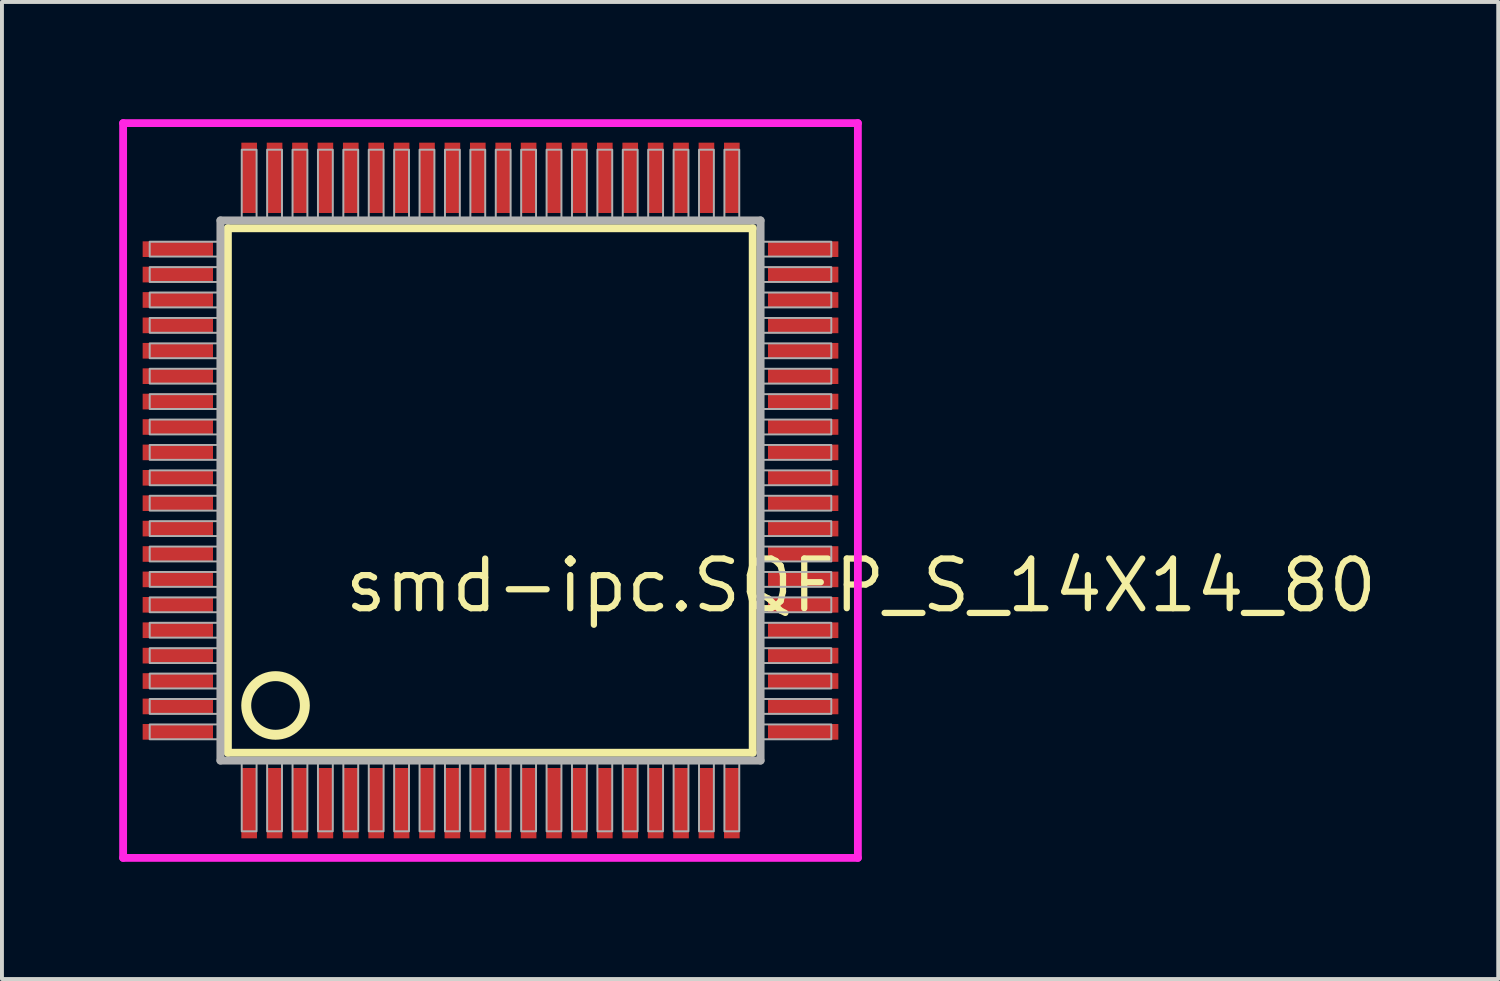
<source format=kicad_pcb>
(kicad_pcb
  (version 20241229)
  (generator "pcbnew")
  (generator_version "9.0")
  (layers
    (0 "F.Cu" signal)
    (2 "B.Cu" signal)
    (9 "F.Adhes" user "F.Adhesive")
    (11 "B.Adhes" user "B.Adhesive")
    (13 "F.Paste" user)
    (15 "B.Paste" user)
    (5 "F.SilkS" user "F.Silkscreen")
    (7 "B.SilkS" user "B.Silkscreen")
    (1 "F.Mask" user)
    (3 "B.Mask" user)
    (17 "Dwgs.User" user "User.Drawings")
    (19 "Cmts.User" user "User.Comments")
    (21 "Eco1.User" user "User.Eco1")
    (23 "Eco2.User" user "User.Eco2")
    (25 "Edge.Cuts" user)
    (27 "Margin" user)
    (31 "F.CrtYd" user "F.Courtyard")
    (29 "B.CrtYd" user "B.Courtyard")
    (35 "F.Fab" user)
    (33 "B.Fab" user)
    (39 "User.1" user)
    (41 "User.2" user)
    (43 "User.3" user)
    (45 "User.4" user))
  (footprint "smd-ipc.SQFP_S_14X14_80"
    (layer "F.Cu")
    (at 9.5 9.5)
    (property "Reference" "smd-ipc.SQFP_S_14X14_80" (at -3.81 3.175 0) (layer "F.SilkS") (effects (font (size 1.27 1.27) (thickness 0.16)) (justify left bottom)))
    (attr smd)
    (fp_line (start -6.72 -6.71) (end 6.71 -6.71) (stroke (width 0.203) (type default)) (layer "F.SilkS"))
    (fp_line (start -6.72 6.71) (end -6.72 -6.71) (stroke (width 0.203) (type default)) (layer "F.SilkS"))
    (fp_line (start 6.71 -6.71) (end 6.71 6.71) (stroke (width 0.203) (type default)) (layer "F.SilkS"))
    (fp_line (start 6.71 6.71) (end -6.72 6.71) (stroke (width 0.203) (type default)) (layer "F.SilkS"))
    (fp_circle (center -5.5 5.5) (end -4.75 5.5) (stroke (width 0.254) (type default)) (fill no) (layer "F.SilkS"))
    (fp_line (start -9.4 -9.4) (end 9.4 -9.4) (stroke (width 0.2) (type default)) (layer "F.CrtYd"))
    (fp_line (start -9.4 9.4) (end -9.4 -9.4) (stroke (width 0.2) (type default)) (layer "F.CrtYd"))
    (fp_line (start 9.4 -9.4) (end 9.4 9.4) (stroke (width 0.2) (type default)) (layer "F.CrtYd"))
    (fp_line (start 9.4 9.4) (end -9.4 9.4) (stroke (width 0.2) (type default)) (layer "F.CrtYd"))
    (fp_line (start -6.91 -6.91) (end -6.91 6.91) (stroke (width 0.203) (type default)) (layer "F.Fab"))
    (fp_line (start -6.91 6.91) (end 6.91 6.91) (stroke (width 0.203) (type default)) (layer "F.Fab"))
    (fp_line (start 6.91 -6.91) (end -6.91 -6.91) (stroke (width 0.203) (type default)) (layer "F.Fab"))
    (fp_line (start 6.91 6.91) (end 6.91 -6.91) (stroke (width 0.203) (type default)) (layer "F.Fab"))
    (fp_rect (start -8.72 -5.985) (end -6.95 -6.365) (stroke (width 0.05) (type default)) (fill no) (layer "F.Fab"))
    (fp_rect (start -8.72 -5.335) (end -6.95 -5.715) (stroke (width 0.05) (type default)) (fill no) (layer "F.Fab"))
    (fp_rect (start -8.72 -4.685) (end -6.95 -5.065) (stroke (width 0.05) (type default)) (fill no) (layer "F.Fab"))
    (fp_rect (start -8.72 -4.035) (end -6.95 -4.415) (stroke (width 0.05) (type default)) (fill no) (layer "F.Fab"))
    (fp_rect (start -8.72 -3.385) (end -6.95 -3.765) (stroke (width 0.05) (type default)) (fill no) (layer "F.Fab"))
    (fp_rect (start -8.72 -2.735) (end -6.95 -3.115) (stroke (width 0.05) (type default)) (fill no) (layer "F.Fab"))
    (fp_rect (start -8.72 -2.085) (end -6.95 -2.465) (stroke (width 0.05) (type default)) (fill no) (layer "F.Fab"))
    (fp_rect (start -8.72 -1.435) (end -6.95 -1.815) (stroke (width 0.05) (type default)) (fill no) (layer "F.Fab"))
    (fp_rect (start -8.72 -0.785) (end -6.95 -1.165) (stroke (width 0.05) (type default)) (fill no) (layer "F.Fab"))
    (fp_rect (start -8.72 -0.135) (end -6.95 -0.515) (stroke (width 0.05) (type default)) (fill no) (layer "F.Fab"))
    (fp_rect (start -8.72 0.515) (end -6.95 0.135) (stroke (width 0.05) (type default)) (fill no) (layer "F.Fab"))
    (fp_rect (start -8.72 1.165) (end -6.95 0.785) (stroke (width 0.05) (type default)) (fill no) (layer "F.Fab"))
    (fp_rect (start -8.72 1.815) (end -6.95 1.435) (stroke (width 0.05) (type default)) (fill no) (layer "F.Fab"))
    (fp_rect (start -8.72 2.465) (end -6.95 2.085) (stroke (width 0.05) (type default)) (fill no) (layer "F.Fab"))
    (fp_rect (start -8.72 3.115) (end -6.95 2.735) (stroke (width 0.05) (type default)) (fill no) (layer "F.Fab"))
    (fp_rect (start -8.72 3.765) (end -6.95 3.385) (stroke (width 0.05) (type default)) (fill no) (layer "F.Fab"))
    (fp_rect (start -8.72 4.415) (end -6.95 4.035) (stroke (width 0.05) (type default)) (fill no) (layer "F.Fab"))
    (fp_rect (start -8.72 5.065) (end -6.95 4.685) (stroke (width 0.05) (type default)) (fill no) (layer "F.Fab"))
    (fp_rect (start -8.72 5.715) (end -6.95 5.335) (stroke (width 0.05) (type default)) (fill no) (layer "F.Fab"))
    (fp_rect (start -8.72 6.365) (end -6.95 5.985) (stroke (width 0.05) (type default)) (fill no) (layer "F.Fab"))
    (fp_rect (start -6.365 -6.95) (end -5.985 -8.72) (stroke (width 0.05) (type default)) (fill no) (layer "F.Fab"))
    (fp_rect (start -6.365 8.72) (end -5.985 6.95) (stroke (width 0.05) (type default)) (fill no) (layer "F.Fab"))
    (fp_rect (start -5.715 -6.95) (end -5.335 -8.72) (stroke (width 0.05) (type default)) (fill no) (layer "F.Fab"))
    (fp_rect (start -5.715 8.72) (end -5.335 6.95) (stroke (width 0.05) (type default)) (fill no) (layer "F.Fab"))
    (fp_rect (start -5.065 -6.95) (end -4.685 -8.72) (stroke (width 0.05) (type default)) (fill no) (layer "F.Fab"))
    (fp_rect (start -5.065 8.72) (end -4.685 6.95) (stroke (width 0.05) (type default)) (fill no) (layer "F.Fab"))
    (fp_rect (start -4.415 -6.95) (end -4.035 -8.72) (stroke (width 0.05) (type default)) (fill no) (layer "F.Fab"))
    (fp_rect (start -4.415 8.72) (end -4.035 6.95) (stroke (width 0.05) (type default)) (fill no) (layer "F.Fab"))
    (fp_rect (start -3.765 -6.95) (end -3.385 -8.72) (stroke (width 0.05) (type default)) (fill no) (layer "F.Fab"))
    (fp_rect (start -3.765 8.72) (end -3.385 6.95) (stroke (width 0.05) (type default)) (fill no) (layer "F.Fab"))
    (fp_rect (start -3.115 -6.95) (end -2.735 -8.72) (stroke (width 0.05) (type default)) (fill no) (layer "F.Fab"))
    (fp_rect (start -3.115 8.72) (end -2.735 6.95) (stroke (width 0.05) (type default)) (fill no) (layer "F.Fab"))
    (fp_rect (start -2.465 -6.95) (end -2.085 -8.72) (stroke (width 0.05) (type default)) (fill no) (layer "F.Fab"))
    (fp_rect (start -2.465 8.72) (end -2.085 6.95) (stroke (width 0.05) (type default)) (fill no) (layer "F.Fab"))
    (fp_rect (start -1.815 -6.95) (end -1.435 -8.72) (stroke (width 0.05) (type default)) (fill no) (layer "F.Fab"))
    (fp_rect (start -1.815 8.72) (end -1.435 6.95) (stroke (width 0.05) (type default)) (fill no) (layer "F.Fab"))
    (fp_rect (start -1.165 -6.95) (end -0.785 -8.72) (stroke (width 0.05) (type default)) (fill no) (layer "F.Fab"))
    (fp_rect (start -1.165 8.72) (end -0.785 6.95) (stroke (width 0.05) (type default)) (fill no) (layer "F.Fab"))
    (fp_rect (start -0.515 -6.95) (end -0.135 -8.72) (stroke (width 0.05) (type default)) (fill no) (layer "F.Fab"))
    (fp_rect (start -0.515 8.72) (end -0.135 6.95) (stroke (width 0.05) (type default)) (fill no) (layer "F.Fab"))
    (fp_rect (start 0.135 -6.95) (end 0.515 -8.72) (stroke (width 0.05) (type default)) (fill no) (layer "F.Fab"))
    (fp_rect (start 0.135 8.72) (end 0.515 6.95) (stroke (width 0.05) (type default)) (fill no) (layer "F.Fab"))
    (fp_rect (start 0.785 -6.95) (end 1.165 -8.72) (stroke (width 0.05) (type default)) (fill no) (layer "F.Fab"))
    (fp_rect (start 0.785 8.72) (end 1.165 6.95) (stroke (width 0.05) (type default)) (fill no) (layer "F.Fab"))
    (fp_rect (start 1.435 -6.95) (end 1.815 -8.72) (stroke (width 0.05) (type default)) (fill no) (layer "F.Fab"))
    (fp_rect (start 1.435 8.72) (end 1.815 6.95) (stroke (width 0.05) (type default)) (fill no) (layer "F.Fab"))
    (fp_rect (start 2.085 -6.95) (end 2.465 -8.72) (stroke (width 0.05) (type default)) (fill no) (layer "F.Fab"))
    (fp_rect (start 2.085 8.72) (end 2.465 6.95) (stroke (width 0.05) (type default)) (fill no) (layer "F.Fab"))
    (fp_rect (start 2.735 -6.95) (end 3.115 -8.72) (stroke (width 0.05) (type default)) (fill no) (layer "F.Fab"))
    (fp_rect (start 2.735 8.72) (end 3.115 6.95) (stroke (width 0.05) (type default)) (fill no) (layer "F.Fab"))
    (fp_rect (start 3.385 -6.95) (end 3.765 -8.72) (stroke (width 0.05) (type default)) (fill no) (layer "F.Fab"))
    (fp_rect (start 3.385 8.72) (end 3.765 6.95) (stroke (width 0.05) (type default)) (fill no) (layer "F.Fab"))
    (fp_rect (start 4.035 -6.95) (end 4.415 -8.72) (stroke (width 0.05) (type default)) (fill no) (layer "F.Fab"))
    (fp_rect (start 4.035 8.72) (end 4.415 6.95) (stroke (width 0.05) (type default)) (fill no) (layer "F.Fab"))
    (fp_rect (start 4.685 -6.95) (end 5.065 -8.72) (stroke (width 0.05) (type default)) (fill no) (layer "F.Fab"))
    (fp_rect (start 4.685 8.72) (end 5.065 6.95) (stroke (width 0.05) (type default)) (fill no) (layer "F.Fab"))
    (fp_rect (start 5.335 -6.95) (end 5.715 -8.72) (stroke (width 0.05) (type default)) (fill no) (layer "F.Fab"))
    (fp_rect (start 5.335 8.72) (end 5.715 6.95) (stroke (width 0.05) (type default)) (fill no) (layer "F.Fab"))
    (fp_rect (start 5.985 -6.95) (end 6.365 -8.72) (stroke (width 0.05) (type default)) (fill no) (layer "F.Fab"))
    (fp_rect (start 5.985 8.72) (end 6.365 6.95) (stroke (width 0.05) (type default)) (fill no) (layer "F.Fab"))
    (fp_rect (start 6.95 -5.985) (end 8.72 -6.365) (stroke (width 0.05) (type default)) (fill no) (layer "F.Fab"))
    (fp_rect (start 6.95 -5.335) (end 8.72 -5.715) (stroke (width 0.05) (type default)) (fill no) (layer "F.Fab"))
    (fp_rect (start 6.95 -4.685) (end 8.72 -5.065) (stroke (width 0.05) (type default)) (fill no) (layer "F.Fab"))
    (fp_rect (start 6.95 -4.035) (end 8.72 -4.415) (stroke (width 0.05) (type default)) (fill no) (layer "F.Fab"))
    (fp_rect (start 6.95 -3.385) (end 8.72 -3.765) (stroke (width 0.05) (type default)) (fill no) (layer "F.Fab"))
    (fp_rect (start 6.95 -2.735) (end 8.72 -3.115) (stroke (width 0.05) (type default)) (fill no) (layer "F.Fab"))
    (fp_rect (start 6.95 -2.085) (end 8.72 -2.465) (stroke (width 0.05) (type default)) (fill no) (layer "F.Fab"))
    (fp_rect (start 6.95 -1.435) (end 8.72 -1.815) (stroke (width 0.05) (type default)) (fill no) (layer "F.Fab"))
    (fp_rect (start 6.95 -0.785) (end 8.72 -1.165) (stroke (width 0.05) (type default)) (fill no) (layer "F.Fab"))
    (fp_rect (start 6.95 -0.135) (end 8.72 -0.515) (stroke (width 0.05) (type default)) (fill no) (layer "F.Fab"))
    (fp_rect (start 6.95 0.515) (end 8.72 0.135) (stroke (width 0.05) (type default)) (fill no) (layer "F.Fab"))
    (fp_rect (start 6.95 1.165) (end 8.72 0.785) (stroke (width 0.05) (type default)) (fill no) (layer "F.Fab"))
    (fp_rect (start 6.95 1.815) (end 8.72 1.435) (stroke (width 0.05) (type default)) (fill no) (layer "F.Fab"))
    (fp_rect (start 6.95 2.465) (end 8.72 2.085) (stroke (width 0.05) (type default)) (fill no) (layer "F.Fab"))
    (fp_rect (start 6.95 3.115) (end 8.72 2.735) (stroke (width 0.05) (type default)) (fill no) (layer "F.Fab"))
    (fp_rect (start 6.95 3.765) (end 8.72 3.385) (stroke (width 0.05) (type default)) (fill no) (layer "F.Fab"))
    (fp_rect (start 6.95 4.415) (end 8.72 4.035) (stroke (width 0.05) (type default)) (fill no) (layer "F.Fab"))
    (fp_rect (start 6.95 5.065) (end 8.72 4.685) (stroke (width 0.05) (type default)) (fill no) (layer "F.Fab"))
    (fp_rect (start 6.95 5.715) (end 8.72 5.335) (stroke (width 0.05) (type default)) (fill no) (layer "F.Fab"))
    (fp_rect (start 6.95 6.365) (end 8.72 5.985) (stroke (width 0.05) (type default)) (fill no) (layer "F.Fab"))
    (pad "1" smd roundrect (at -6.175 8) (size 0.4 1.8) (layers "F.Cu" "F.Mask" "F.Paste") (roundrect_rratio 0.01))
    (pad "2" smd roundrect (at -5.525 8) (size 0.4 1.8) (layers "F.Cu" "F.Mask" "F.Paste") (roundrect_rratio 0.01))
    (pad "3" smd roundrect (at -4.875 8) (size 0.4 1.8) (layers "F.Cu" "F.Mask" "F.Paste") (roundrect_rratio 0.01))
    (pad "4" smd roundrect (at -4.225 8) (size 0.4 1.8) (layers "F.Cu" "F.Mask" "F.Paste") (roundrect_rratio 0.01))
    (pad "5" smd roundrect (at -3.575 8) (size 0.4 1.8) (layers "F.Cu" "F.Mask" "F.Paste") (roundrect_rratio 0.01))
    (pad "6" smd roundrect (at -2.925 8) (size 0.4 1.8) (layers "F.Cu" "F.Mask" "F.Paste") (roundrect_rratio 0.01))
    (pad "7" smd roundrect (at -2.275 8) (size 0.4 1.8) (layers "F.Cu" "F.Mask" "F.Paste") (roundrect_rratio 0.01))
    (pad "8" smd roundrect (at -1.625 8) (size 0.4 1.8) (layers "F.Cu" "F.Mask" "F.Paste") (roundrect_rratio 0.01))
    (pad "9" smd roundrect (at -0.975 8) (size 0.4 1.8) (layers "F.Cu" "F.Mask" "F.Paste") (roundrect_rratio 0.01))
    (pad "10" smd roundrect (at -0.325 8) (size 0.4 1.8) (layers "F.Cu" "F.Mask" "F.Paste") (roundrect_rratio 0.01))
    (pad "11" smd roundrect (at 0.325 8) (size 0.4 1.8) (layers "F.Cu" "F.Mask" "F.Paste") (roundrect_rratio 0.01))
    (pad "12" smd roundrect (at 0.975 8) (size 0.4 1.8) (layers "F.Cu" "F.Mask" "F.Paste") (roundrect_rratio 0.01))
    (pad "13" smd roundrect (at 1.625 8) (size 0.4 1.8) (layers "F.Cu" "F.Mask" "F.Paste") (roundrect_rratio 0.01))
    (pad "14" smd roundrect (at 2.275 8) (size 0.4 1.8) (layers "F.Cu" "F.Mask" "F.Paste") (roundrect_rratio 0.01))
    (pad "15" smd roundrect (at 2.925 8) (size 0.4 1.8) (layers "F.Cu" "F.Mask" "F.Paste") (roundrect_rratio 0.01))
    (pad "16" smd roundrect (at 3.575 8) (size 0.4 1.8) (layers "F.Cu" "F.Mask" "F.Paste") (roundrect_rratio 0.01))
    (pad "17" smd roundrect (at 4.225 8) (size 0.4 1.8) (layers "F.Cu" "F.Mask" "F.Paste") (roundrect_rratio 0.01))
    (pad "18" smd roundrect (at 4.875 8) (size 0.4 1.8) (layers "F.Cu" "F.Mask" "F.Paste") (roundrect_rratio 0.01))
    (pad "19" smd roundrect (at 5.525 8) (size 0.4 1.8) (layers "F.Cu" "F.Mask" "F.Paste") (roundrect_rratio 0.01))
    (pad "20" smd roundrect (at 6.175 8) (size 0.4 1.8) (layers "F.Cu" "F.Mask" "F.Paste") (roundrect_rratio 0.01))
    (pad "21" smd roundrect (at 8 6.175) (size 1.8 0.4) (layers "F.Cu" "F.Mask" "F.Paste") (roundrect_rratio 0.01))
    (pad "22" smd roundrect (at 8 5.525) (size 1.8 0.4) (layers "F.Cu" "F.Mask" "F.Paste") (roundrect_rratio 0.01))
    (pad "23" smd roundrect (at 8 4.875) (size 1.8 0.4) (layers "F.Cu" "F.Mask" "F.Paste") (roundrect_rratio 0.01))
    (pad "24" smd roundrect (at 8 4.225) (size 1.8 0.4) (layers "F.Cu" "F.Mask" "F.Paste") (roundrect_rratio 0.01))
    (pad "25" smd roundrect (at 8 3.575) (size 1.8 0.4) (layers "F.Cu" "F.Mask" "F.Paste") (roundrect_rratio 0.01))
    (pad "26" smd roundrect (at 8 2.925) (size 1.8 0.4) (layers "F.Cu" "F.Mask" "F.Paste") (roundrect_rratio 0.01))
    (pad "27" smd roundrect (at 8 2.275) (size 1.8 0.4) (layers "F.Cu" "F.Mask" "F.Paste") (roundrect_rratio 0.01))
    (pad "28" smd roundrect (at 8 1.625) (size 1.8 0.4) (layers "F.Cu" "F.Mask" "F.Paste") (roundrect_rratio 0.01))
    (pad "29" smd roundrect (at 8 0.975) (size 1.8 0.4) (layers "F.Cu" "F.Mask" "F.Paste") (roundrect_rratio 0.01))
    (pad "30" smd roundrect (at 8 0.325) (size 1.8 0.4) (layers "F.Cu" "F.Mask" "F.Paste") (roundrect_rratio 0.01))
    (pad "31" smd roundrect (at 8 -0.325) (size 1.8 0.4) (layers "F.Cu" "F.Mask" "F.Paste") (roundrect_rratio 0.01))
    (pad "32" smd roundrect (at 8 -0.975) (size 1.8 0.4) (layers "F.Cu" "F.Mask" "F.Paste") (roundrect_rratio 0.01))
    (pad "33" smd roundrect (at 8 -1.625) (size 1.8 0.4) (layers "F.Cu" "F.Mask" "F.Paste") (roundrect_rratio 0.01))
    (pad "34" smd roundrect (at 8 -2.275) (size 1.8 0.4) (layers "F.Cu" "F.Mask" "F.Paste") (roundrect_rratio 0.01))
    (pad "35" smd roundrect (at 8 -2.925) (size 1.8 0.4) (layers "F.Cu" "F.Mask" "F.Paste") (roundrect_rratio 0.01))
    (pad "36" smd roundrect (at 8 -3.575) (size 1.8 0.4) (layers "F.Cu" "F.Mask" "F.Paste") (roundrect_rratio 0.01))
    (pad "37" smd roundrect (at 8 -4.225) (size 1.8 0.4) (layers "F.Cu" "F.Mask" "F.Paste") (roundrect_rratio 0.01))
    (pad "38" smd roundrect (at 8 -4.875) (size 1.8 0.4) (layers "F.Cu" "F.Mask" "F.Paste") (roundrect_rratio 0.01))
    (pad "39" smd roundrect (at 8 -5.525) (size 1.8 0.4) (layers "F.Cu" "F.Mask" "F.Paste") (roundrect_rratio 0.01))
    (pad "40" smd roundrect (at 8 -6.175) (size 1.8 0.4) (layers "F.Cu" "F.Mask" "F.Paste") (roundrect_rratio 0.01))
    (pad "41" smd roundrect (at 6.175 -8) (size 0.4 1.8) (layers "F.Cu" "F.Mask" "F.Paste") (roundrect_rratio 0.01))
    (pad "42" smd roundrect (at 5.525 -8) (size 0.4 1.8) (layers "F.Cu" "F.Mask" "F.Paste") (roundrect_rratio 0.01))
    (pad "43" smd roundrect (at 4.875 -8) (size 0.4 1.8) (layers "F.Cu" "F.Mask" "F.Paste") (roundrect_rratio 0.01))
    (pad "44" smd roundrect (at 4.225 -8) (size 0.4 1.8) (layers "F.Cu" "F.Mask" "F.Paste") (roundrect_rratio 0.01))
    (pad "45" smd roundrect (at 3.575 -8) (size 0.4 1.8) (layers "F.Cu" "F.Mask" "F.Paste") (roundrect_rratio 0.01))
    (pad "46" smd roundrect (at 2.925 -8) (size 0.4 1.8) (layers "F.Cu" "F.Mask" "F.Paste") (roundrect_rratio 0.01))
    (pad "47" smd roundrect (at 2.275 -8) (size 0.4 1.8) (layers "F.Cu" "F.Mask" "F.Paste") (roundrect_rratio 0.01))
    (pad "48" smd roundrect (at 1.625 -8) (size 0.4 1.8) (layers "F.Cu" "F.Mask" "F.Paste") (roundrect_rratio 0.01))
    (pad "49" smd roundrect (at 0.975 -8) (size 0.4 1.8) (layers "F.Cu" "F.Mask" "F.Paste") (roundrect_rratio 0.01))
    (pad "50" smd roundrect (at 0.325 -8) (size 0.4 1.8) (layers "F.Cu" "F.Mask" "F.Paste") (roundrect_rratio 0.01))
    (pad "51" smd roundrect (at -0.325 -8) (size 0.4 1.8) (layers "F.Cu" "F.Mask" "F.Paste") (roundrect_rratio 0.01))
    (pad "52" smd roundrect (at -0.975 -8) (size 0.4 1.8) (layers "F.Cu" "F.Mask" "F.Paste") (roundrect_rratio 0.01))
    (pad "53" smd roundrect (at -1.625 -8) (size 0.4 1.8) (layers "F.Cu" "F.Mask" "F.Paste") (roundrect_rratio 0.01))
    (pad "54" smd roundrect (at -2.275 -8) (size 0.4 1.8) (layers "F.Cu" "F.Mask" "F.Paste") (roundrect_rratio 0.01))
    (pad "55" smd roundrect (at -2.925 -8) (size 0.4 1.8) (layers "F.Cu" "F.Mask" "F.Paste") (roundrect_rratio 0.01))
    (pad "56" smd roundrect (at -3.575 -8) (size 0.4 1.8) (layers "F.Cu" "F.Mask" "F.Paste") (roundrect_rratio 0.01))
    (pad "57" smd roundrect (at -4.225 -8) (size 0.4 1.8) (layers "F.Cu" "F.Mask" "F.Paste") (roundrect_rratio 0.01))
    (pad "58" smd roundrect (at -4.875 -8) (size 0.4 1.8) (layers "F.Cu" "F.Mask" "F.Paste") (roundrect_rratio 0.01))
    (pad "59" smd roundrect (at -5.525 -8) (size 0.4 1.8) (layers "F.Cu" "F.Mask" "F.Paste") (roundrect_rratio 0.01))
    (pad "60" smd roundrect (at -6.175 -8) (size 0.4 1.8) (layers "F.Cu" "F.Mask" "F.Paste") (roundrect_rratio 0.01))
    (pad "61" smd roundrect (at -8 -6.175) (size 1.8 0.4) (layers "F.Cu" "F.Mask" "F.Paste") (roundrect_rratio 0.01))
    (pad "62" smd roundrect (at -8 -5.525) (size 1.8 0.4) (layers "F.Cu" "F.Mask" "F.Paste") (roundrect_rratio 0.01))
    (pad "63" smd roundrect (at -8 -4.875) (size 1.8 0.4) (layers "F.Cu" "F.Mask" "F.Paste") (roundrect_rratio 0.01))
    (pad "64" smd roundrect (at -8 -4.225) (size 1.8 0.4) (layers "F.Cu" "F.Mask" "F.Paste") (roundrect_rratio 0.01))
    (pad "65" smd roundrect (at -8 -3.575) (size 1.8 0.4) (layers "F.Cu" "F.Mask" "F.Paste") (roundrect_rratio 0.01))
    (pad "66" smd roundrect (at -8 -2.925) (size 1.8 0.4) (layers "F.Cu" "F.Mask" "F.Paste") (roundrect_rratio 0.01))
    (pad "67" smd roundrect (at -8 -2.275) (size 1.8 0.4) (layers "F.Cu" "F.Mask" "F.Paste") (roundrect_rratio 0.01))
    (pad "68" smd roundrect (at -8 -1.625) (size 1.8 0.4) (layers "F.Cu" "F.Mask" "F.Paste") (roundrect_rratio 0.01))
    (pad "69" smd roundrect (at -8 -0.975) (size 1.8 0.4) (layers "F.Cu" "F.Mask" "F.Paste") (roundrect_rratio 0.01))
    (pad "70" smd roundrect (at -8 -0.325) (size 1.8 0.4) (layers "F.Cu" "F.Mask" "F.Paste") (roundrect_rratio 0.01))
    (pad "71" smd roundrect (at -8 0.325) (size 1.8 0.4) (layers "F.Cu" "F.Mask" "F.Paste") (roundrect_rratio 0.01))
    (pad "72" smd roundrect (at -8 0.975) (size 1.8 0.4) (layers "F.Cu" "F.Mask" "F.Paste") (roundrect_rratio 0.01))
    (pad "73" smd roundrect (at -8 1.625) (size 1.8 0.4) (layers "F.Cu" "F.Mask" "F.Paste") (roundrect_rratio 0.01))
    (pad "74" smd roundrect (at -8 2.275) (size 1.8 0.4) (layers "F.Cu" "F.Mask" "F.Paste") (roundrect_rratio 0.01))
    (pad "75" smd roundrect (at -8 2.925) (size 1.8 0.4) (layers "F.Cu" "F.Mask" "F.Paste") (roundrect_rratio 0.01))
    (pad "76" smd roundrect (at -8 3.575) (size 1.8 0.4) (layers "F.Cu" "F.Mask" "F.Paste") (roundrect_rratio 0.01))
    (pad "77" smd roundrect (at -8 4.225) (size 1.8 0.4) (layers "F.Cu" "F.Mask" "F.Paste") (roundrect_rratio 0.01))
    (pad "78" smd roundrect (at -8 4.875) (size 1.8 0.4) (layers "F.Cu" "F.Mask" "F.Paste") (roundrect_rratio 0.01))
    (pad "79" smd roundrect (at -8 5.525) (size 1.8 0.4) (layers "F.Cu" "F.Mask" "F.Paste") (roundrect_rratio 0.01))
    (pad "80" smd roundrect (at -8 6.175) (size 1.8 0.4) (layers "F.Cu" "F.Mask" "F.Paste") (roundrect_rratio 0.01)))
  (gr_rect
    (start -3 -3)
    (end 35.284 22)
    (stroke (width 0.1) (type default))
    (fill no)
    (layer "Edge.Cuts")))
</source>
